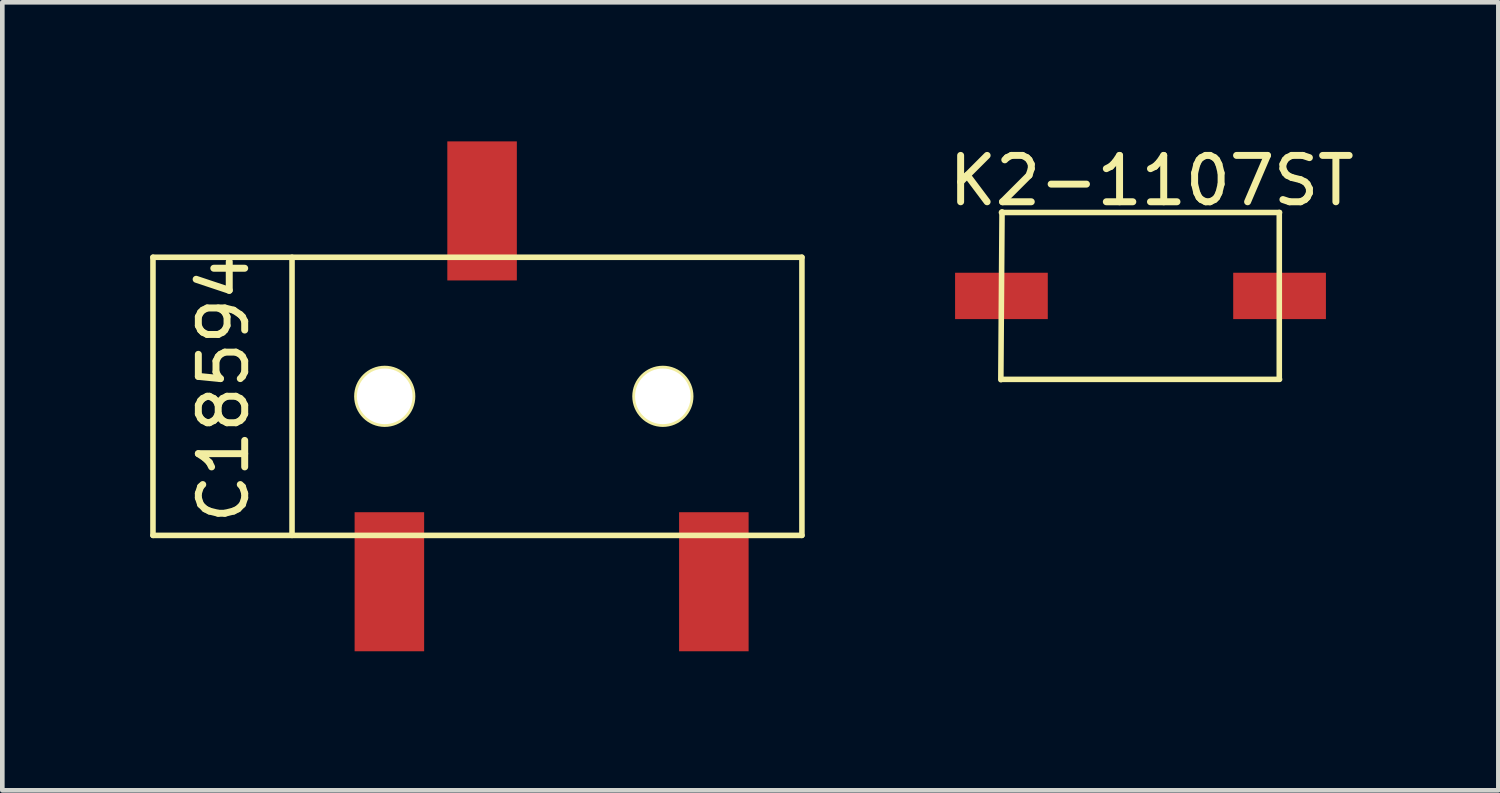
<source format=kicad_pcb>
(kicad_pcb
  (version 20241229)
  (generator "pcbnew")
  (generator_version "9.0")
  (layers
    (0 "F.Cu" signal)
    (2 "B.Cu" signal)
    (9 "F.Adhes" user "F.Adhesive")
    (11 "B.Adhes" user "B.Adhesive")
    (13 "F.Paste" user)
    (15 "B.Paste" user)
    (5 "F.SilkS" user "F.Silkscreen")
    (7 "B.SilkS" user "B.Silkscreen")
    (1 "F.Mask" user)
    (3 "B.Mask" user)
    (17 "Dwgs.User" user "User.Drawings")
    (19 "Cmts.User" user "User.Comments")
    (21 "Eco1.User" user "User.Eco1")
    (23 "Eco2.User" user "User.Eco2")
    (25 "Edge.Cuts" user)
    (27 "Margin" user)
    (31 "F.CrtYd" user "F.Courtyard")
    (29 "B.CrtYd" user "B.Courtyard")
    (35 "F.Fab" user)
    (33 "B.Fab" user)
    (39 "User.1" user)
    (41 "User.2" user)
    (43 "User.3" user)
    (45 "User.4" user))
  (footprint "C18594"
    (layer "F.Cu")
    (at 0.25 2.5)
    (property "Reference" "C18594" (at 1.524 2.832 90) (layer "F.SilkS") (effects (font (size 1 1) (thickness 0.15))))
    (attr through_hole)
    (fp_line (start 0 0) (end 14 0) (stroke (width 0.12) (type solid)) (layer "F.SilkS"))
    (fp_line (start 0 6) (end 0 0) (stroke (width 0.12) (type solid)) (layer "F.SilkS"))
    (fp_line (start 0 6) (end 14 6) (stroke (width 0.12) (type solid)) (layer "F.SilkS"))
    (fp_line (start 3 6) (end 3 0) (stroke (width 0.12) (type solid)) (layer "F.SilkS"))
    (fp_line (start 14 0) (end 14 6) (stroke (width 0.12) (type solid)) (layer "F.SilkS"))
    (fp_circle (center 5 3) (end 5.6 3) (stroke (width 0.12) (type solid)) (fill no) (layer "F.SilkS"))
    (fp_circle (center 11 3) (end 11.6 3) (stroke (width 0.12) (type solid)) (fill no) (layer "F.SilkS"))
    (pad "1" thru_hole circle (at 5 3) (size 1.2 1.2) (drill 1.2) (layers "*.Cu" "*.Mask"))
    (pad "2" thru_hole circle (at 11 3) (size 1.2 1.2) (drill 1.2) (layers "*.Cu" "*.Mask"))
    (pad "R" smd rect (at 7.1 -1) (size 1.5 3) (layers "F.Cu" "F.Mask" "F.Paste"))
    (pad "S" smd rect (at 5.1 7) (size 1.5 3) (layers "F.Cu" "F.Mask" "F.Paste"))
    (pad "T" smd rect (at 12.1 7) (size 1.5 3) (layers "F.Cu" "F.Mask" "F.Paste")))
  (footprint "K2-1107ST"
    (layer "F.Cu")
    (at 18.554 1.534)
    (property "Reference" "K2-1107ST" (at 3.239 -0.686 0) (layer "F.SilkS") (effects (font (size 1 1) (thickness 0.15))))
    (attr through_hole)
    (fp_line (start -0.013 3.607) (end 0.013 -0.013) (stroke (width 0.12) (type solid)) (layer "F.SilkS"))
    (fp_line (start 0 0) (end 6 0) (stroke (width 0.12) (type solid)) (layer "F.SilkS"))
    (fp_line (start 0 3.6) (end 6 3.6) (stroke (width 0.12) (type solid)) (layer "F.SilkS"))
    (fp_line (start 5.994 3.594) (end 5.994 0) (stroke (width 0.12) (type solid)) (layer "F.SilkS"))
    (pad "1" smd rect (at 0 1.8) (size 2 1) (layers "F.Cu" "F.Mask" "F.Paste"))
    (pad "2" smd rect (at 6 1.8) (size 2 1) (layers "F.Cu" "F.Mask" "F.Paste")))
  (gr_rect
    (start -3 -3)
    (end 29.274 14)
    (stroke (width 0.1) (type default))
    (fill no)
    (layer "Edge.Cuts")))
</source>
